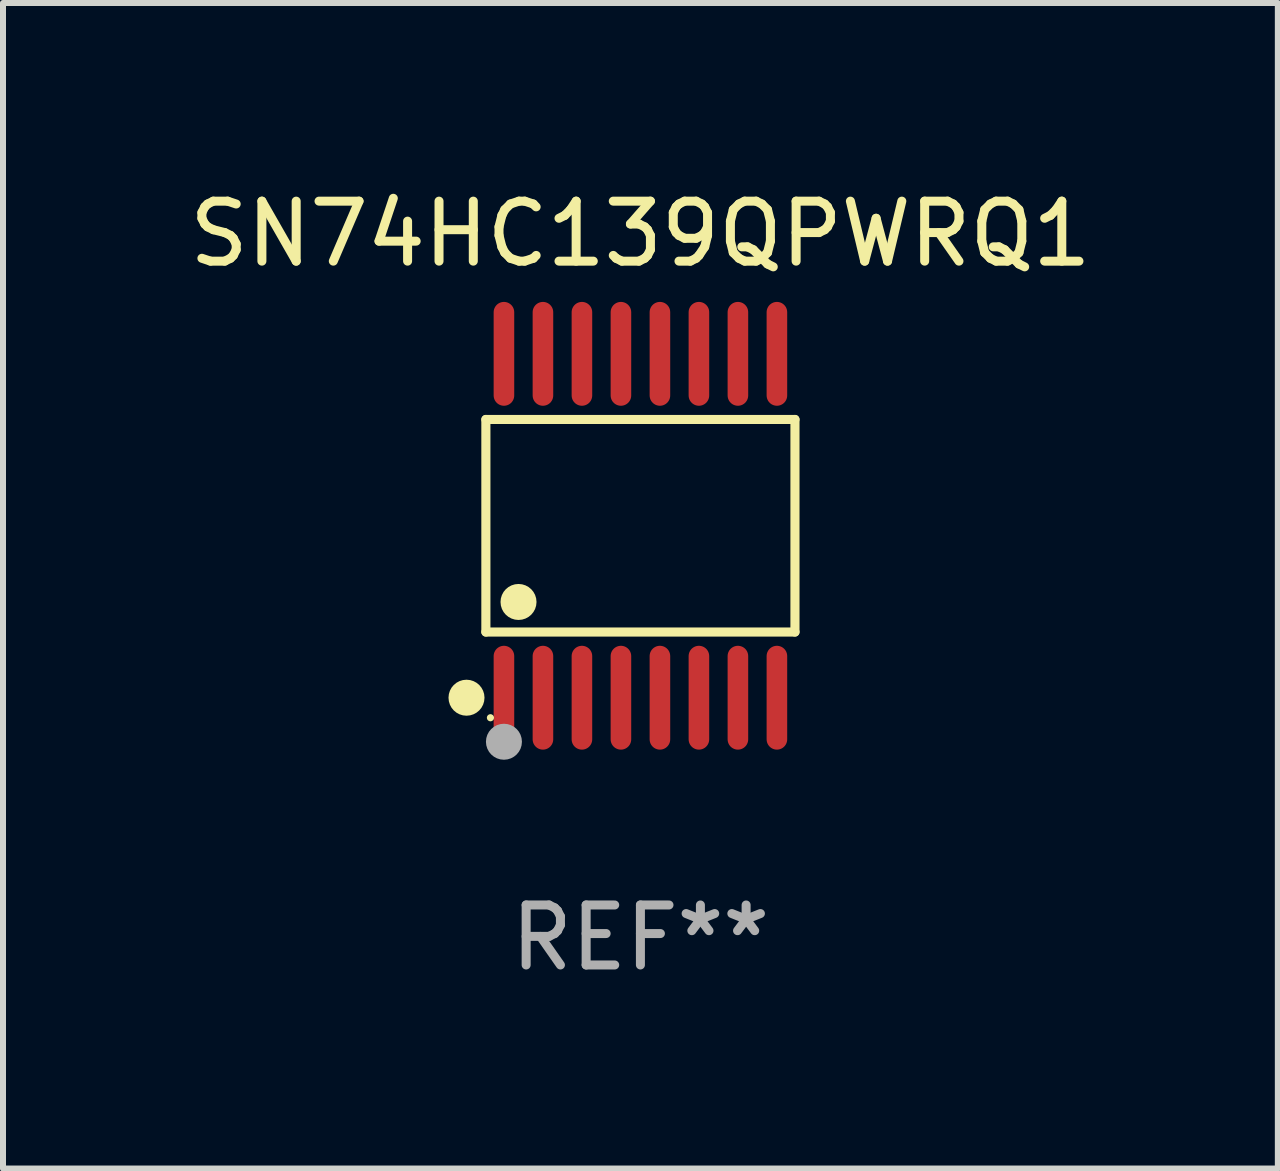
<source format=kicad_pcb>
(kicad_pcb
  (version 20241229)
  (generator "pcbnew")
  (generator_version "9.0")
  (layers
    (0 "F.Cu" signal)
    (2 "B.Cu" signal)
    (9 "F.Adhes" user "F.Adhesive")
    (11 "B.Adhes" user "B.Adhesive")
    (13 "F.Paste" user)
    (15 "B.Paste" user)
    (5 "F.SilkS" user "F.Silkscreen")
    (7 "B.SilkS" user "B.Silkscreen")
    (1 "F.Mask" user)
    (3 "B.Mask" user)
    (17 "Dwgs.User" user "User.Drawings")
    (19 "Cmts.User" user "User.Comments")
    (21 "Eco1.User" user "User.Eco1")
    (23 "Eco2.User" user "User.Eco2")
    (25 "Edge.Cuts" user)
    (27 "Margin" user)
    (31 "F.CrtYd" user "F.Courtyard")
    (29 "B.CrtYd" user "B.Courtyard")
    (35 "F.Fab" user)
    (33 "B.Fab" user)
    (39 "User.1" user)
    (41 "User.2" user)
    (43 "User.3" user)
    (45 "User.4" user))
  (footprint "SN74HC139QPWRQ1"
    (layer "F.Cu")
    (at 7.625 5.714)
    (property "Reference" "SN74HC139QPWRQ1" (at 0 -4.866 0) (layer "F.SilkS") (effects (font (size 1 1) (thickness 0.15))))
    (attr through_hole)
    (fp_line (start -2.576 -1.772) (end 2.576 -1.772) (stroke (width 0.152) (type solid)) (layer "F.SilkS"))
    (fp_line (start -2.576 1.771) (end -2.576 -1.772) (stroke (width 0.152) (type solid)) (layer "F.SilkS"))
    (fp_line (start 2.576 -1.772) (end 2.576 1.771) (stroke (width 0.152) (type solid)) (layer "F.SilkS"))
    (fp_line (start 2.576 1.771) (end -2.576 1.771) (stroke (width 0.152) (type solid)) (layer "F.SilkS"))
    (fp_circle (center -2.899 2.866) (end -2.749 2.866) (stroke (width 0.3) (type solid)) (fill no) (layer "F.SilkS"))
    (fp_circle (center -2.5 3.2) (end -2.47 3.2) (stroke (width 0.06) (type solid)) (fill no) (layer "F.SilkS"))
    (fp_circle (center -2.032 1.27) (end -1.882 1.27) (stroke (width 0.3) (type solid)) (fill no) (layer "F.SilkS"))
    (fp_circle (center -2.275 3.6) (end -2.125 3.6) (stroke (width 0.3) (type solid)) (fill no) (layer "F.Fab"))
    (fp_text user "REF**" (at 0 6.866 0) (layer "F.Fab") (effects (font (size 1 1) (thickness 0.15))))
    (pad "1" smd oval (at -2.275 2.866) (size 0.343 1.731) (layers "F.Cu" "F.Mask" "F.Paste"))
    (pad "2" smd oval (at -1.625 2.866) (size 0.343 1.731) (layers "F.Cu" "F.Mask" "F.Paste"))
    (pad "3" smd oval (at -0.975 2.866) (size 0.343 1.731) (layers "F.Cu" "F.Mask" "F.Paste"))
    (pad "4" smd oval (at -0.325 2.866) (size 0.343 1.731) (layers "F.Cu" "F.Mask" "F.Paste"))
    (pad "5" smd oval (at 0.325 2.866) (size 0.343 1.731) (layers "F.Cu" "F.Mask" "F.Paste"))
    (pad "6" smd oval (at 0.975 2.866) (size 0.343 1.731) (layers "F.Cu" "F.Mask" "F.Paste"))
    (pad "7" smd oval (at 1.625 2.866) (size 0.343 1.731) (layers "F.Cu" "F.Mask" "F.Paste"))
    (pad "8" smd oval (at 2.275 2.866) (size 0.343 1.731) (layers "F.Cu" "F.Mask" "F.Paste"))
    (pad "9" smd oval (at 2.275 -2.866) (size 0.343 1.731) (layers "F.Cu" "F.Mask" "F.Paste"))
    (pad "10" smd oval (at 1.625 -2.866) (size 0.343 1.731) (layers "F.Cu" "F.Mask" "F.Paste"))
    (pad "11" smd oval (at 0.975 -2.866) (size 0.343 1.731) (layers "F.Cu" "F.Mask" "F.Paste"))
    (pad "12" smd oval (at 0.325 -2.866) (size 0.343 1.731) (layers "F.Cu" "F.Mask" "F.Paste"))
    (pad "13" smd oval (at -0.325 -2.866) (size 0.343 1.731) (layers "F.Cu" "F.Mask" "F.Paste"))
    (pad "14" smd oval (at -0.975 -2.866) (size 0.343 1.731) (layers "F.Cu" "F.Mask" "F.Paste"))
    (pad "15" smd oval (at -1.625 -2.866) (size 0.343 1.731) (layers "F.Cu" "F.Mask" "F.Paste"))
    (pad "16" smd oval (at -2.275 -2.866) (size 0.343 1.731) (layers "F.Cu" "F.Mask" "F.Paste")))
  (gr_rect
    (start -3 -3)
    (end 18.25 16.428)
    (stroke (width 0.1) (type default))
    (fill no)
    (layer "Edge.Cuts")))
</source>
